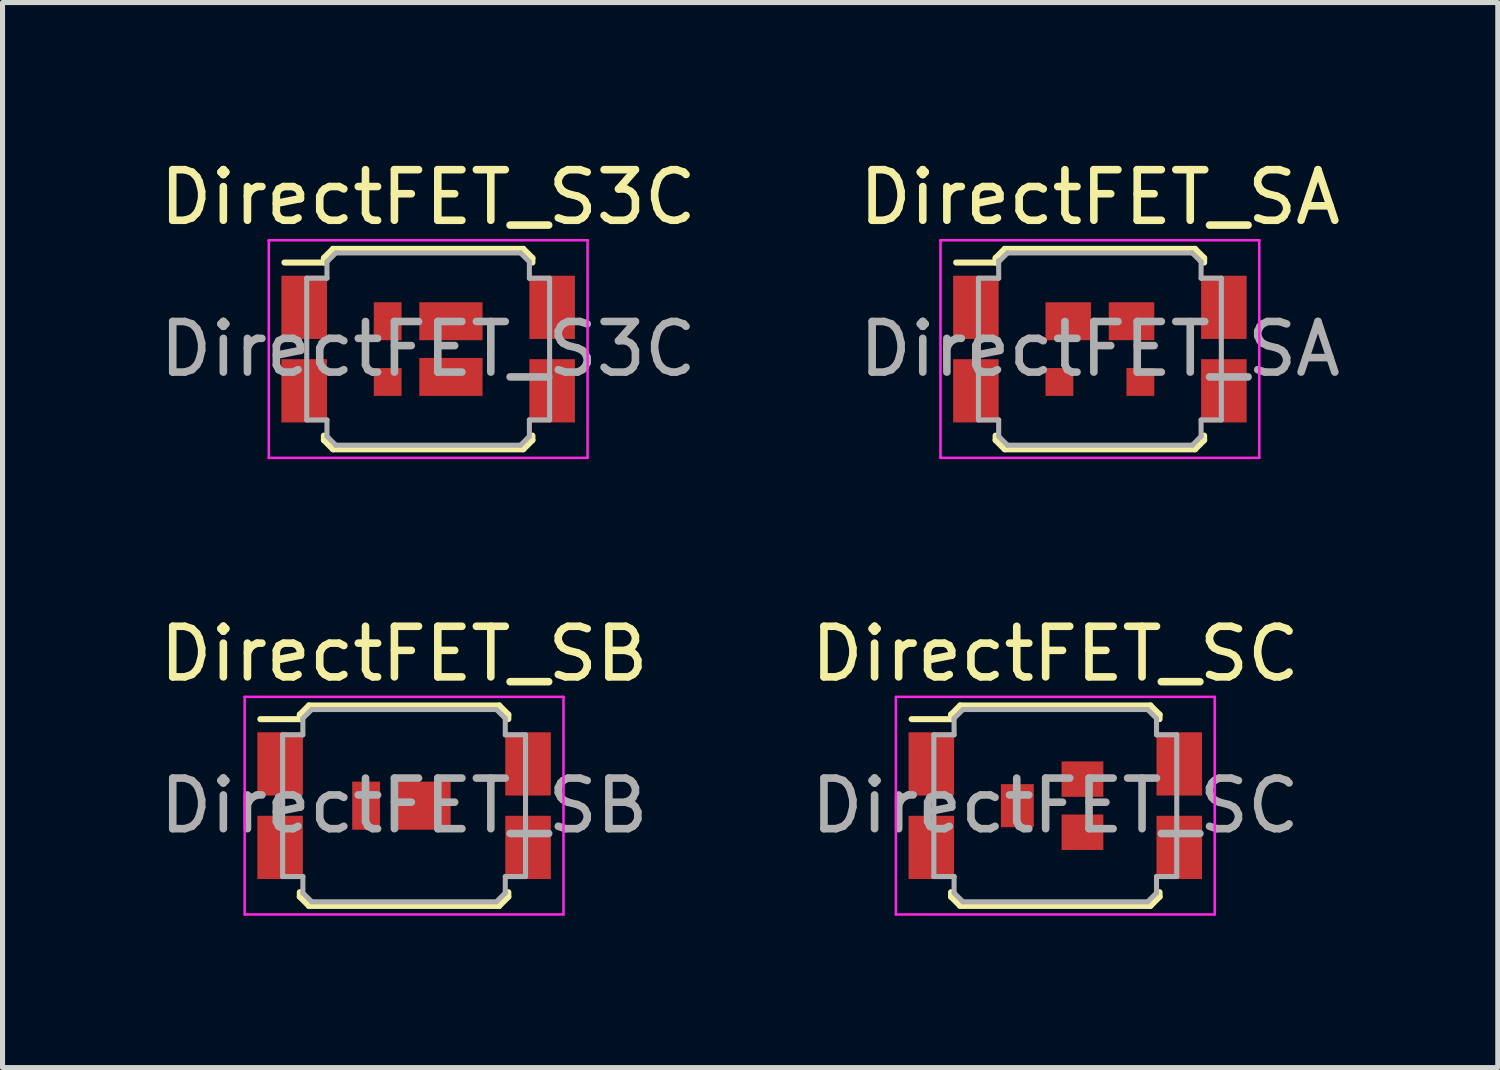
<source format=kicad_pcb>
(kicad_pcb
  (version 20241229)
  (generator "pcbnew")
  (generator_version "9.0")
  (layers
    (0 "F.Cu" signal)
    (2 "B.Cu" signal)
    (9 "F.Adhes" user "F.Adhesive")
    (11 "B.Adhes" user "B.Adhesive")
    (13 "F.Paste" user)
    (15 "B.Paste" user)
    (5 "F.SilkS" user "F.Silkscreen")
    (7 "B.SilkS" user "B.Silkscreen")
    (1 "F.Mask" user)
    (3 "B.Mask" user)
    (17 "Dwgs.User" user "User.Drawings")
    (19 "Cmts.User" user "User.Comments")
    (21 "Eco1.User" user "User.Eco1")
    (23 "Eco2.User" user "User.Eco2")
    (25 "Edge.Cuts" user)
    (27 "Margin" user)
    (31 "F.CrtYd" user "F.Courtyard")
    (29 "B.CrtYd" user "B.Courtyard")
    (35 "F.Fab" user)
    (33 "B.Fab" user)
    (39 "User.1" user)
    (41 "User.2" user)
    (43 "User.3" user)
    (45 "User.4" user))
  (footprint "DirectFET_SC"
    (layer "F.Cu")
    (at 17.804 12.871)
    (property "Reference" "DirectFET_SC" (at 0 -3 0) (layer "F.SilkS") (effects (font (size 1 1) (thickness 0.15))))
    (attr smd)
    (fp_line (start -2.84 -1.71) (end -2.06 -1.71) (stroke (width 0.12) (type solid)) (layer "F.SilkS"))
    (fp_line (start -2.06 -1.8) (end -1.88 -1.98) (stroke (width 0.12) (type solid)) (layer "F.SilkS"))
    (fp_line (start -2.06 -1.71) (end -2.06 -1.8) (stroke (width 0.12) (type solid)) (layer "F.SilkS"))
    (fp_line (start -2.06 1.71) (end -2.06 1.8) (stroke (width 0.12) (type solid)) (layer "F.SilkS"))
    (fp_line (start -2.06 1.8) (end -1.88 1.98) (stroke (width 0.12) (type solid)) (layer "F.SilkS"))
    (fp_line (start -1.88 -1.98) (end 1.88 -1.98) (stroke (width 0.12) (type solid)) (layer "F.SilkS"))
    (fp_line (start -1.88 1.98) (end 1.88 1.98) (stroke (width 0.12) (type solid)) (layer "F.SilkS"))
    (fp_line (start 2.06 -1.8) (end 1.88 -1.98) (stroke (width 0.12) (type solid)) (layer "F.SilkS"))
    (fp_line (start 2.06 -1.71) (end 2.06 -1.8) (stroke (width 0.12) (type solid)) (layer "F.SilkS"))
    (fp_line (start 2.06 1.71) (end 2.06 1.8) (stroke (width 0.12) (type solid)) (layer "F.SilkS"))
    (fp_line (start 2.06 1.8) (end 1.88 1.98) (stroke (width 0.12) (type solid)) (layer "F.SilkS"))
    (fp_line (start -3.15 -2.15) (end -3.15 2.15) (stroke (width 0.05) (type solid)) (layer "F.CrtYd"))
    (fp_line (start -3.15 -2.15) (end 3.15 -2.15) (stroke (width 0.05) (type solid)) (layer "F.CrtYd"))
    (fp_line (start -3.15 2.15) (end 3.15 2.15) (stroke (width 0.05) (type solid)) (layer "F.CrtYd"))
    (fp_line (start 3.15 -2.15) (end 3.15 2.15) (stroke (width 0.05) (type solid)) (layer "F.CrtYd"))
    (fp_line (start -2.4 -1.4) (end -2 -1.4) (stroke (width 0.1) (type solid)) (layer "F.Fab"))
    (fp_line (start -2.4 1.4) (end -2.4 -1.4) (stroke (width 0.1) (type solid)) (layer "F.Fab"))
    (fp_line (start -2.4 1.4) (end -2 1.4) (stroke (width 0.1) (type solid)) (layer "F.Fab"))
    (fp_line (start -2 -1.725) (end -1.825 -1.9) (stroke (width 0.1) (type solid)) (layer "F.Fab"))
    (fp_line (start -2 -1.4) (end -2 -1.725) (stroke (width 0.1) (type solid)) (layer "F.Fab"))
    (fp_line (start -2 1.4) (end -2 1.725) (stroke (width 0.1) (type solid)) (layer "F.Fab"))
    (fp_line (start -2 1.725) (end -1.825 1.9) (stroke (width 0.1) (type solid)) (layer "F.Fab"))
    (fp_line (start -1.825 -1.9) (end 1.825 -1.9) (stroke (width 0.1) (type solid)) (layer "F.Fab"))
    (fp_line (start -1.825 1.9) (end 1.825 1.9) (stroke (width 0.1) (type solid)) (layer "F.Fab"))
    (fp_line (start 1.825 -1.9) (end 2 -1.725) (stroke (width 0.1) (type solid)) (layer "F.Fab"))
    (fp_line (start 1.825 1.9) (end 2 1.725) (stroke (width 0.1) (type solid)) (layer "F.Fab"))
    (fp_line (start 2 -1.4) (end 2 -1.725) (stroke (width 0.1) (type solid)) (layer "F.Fab"))
    (fp_line (start 2 1.4) (end 2 1.725) (stroke (width 0.1) (type solid)) (layer "F.Fab"))
    (fp_line (start 2.4 -1.4) (end 2 -1.4) (stroke (width 0.1) (type solid)) (layer "F.Fab"))
    (fp_line (start 2.4 1.4) (end 2 1.4) (stroke (width 0.1) (type solid)) (layer "F.Fab"))
    (fp_line (start 2.4 1.4) (end 2.4 -1.4) (stroke (width 0.1) (type solid)) (layer "F.Fab"))
    (fp_text user "${REFERENCE}" (at 0 0 0) (layer "F.Fab") (effects (font (size 1 1) (thickness 0.15))))
    (pad "1" smd rect (at -2.45 -0.825) (size 0.9 1.25) (layers "F.Cu" "F.Mask" "F.Paste"))
    (pad "1" smd rect (at -2.45 0.825) (size 0.9 1.25) (layers "F.Cu" "F.Mask" "F.Paste"))
    (pad "1" smd rect (at 2.45 -0.825) (size 0.9 1.25) (layers "F.Cu" "F.Mask" "F.Paste"))
    (pad "1" smd rect (at 2.45 0.825) (size 0.9 1.25) (layers "F.Cu" "F.Mask" "F.Paste"))
    (pad "2" smd rect (at -0.75 0) (size 0.65 0.85) (layers "F.Cu" "F.Mask" "F.Paste"))
    (pad "3" smd rect (at 0.537 -0.525) (size 0.825 0.7) (layers "F.Cu" "F.Mask" "F.Paste"))
    (pad "3" smd rect (at 0.537 0.525) (size 0.825 0.7) (layers "F.Cu" "F.Mask" "F.Paste")))
  (footprint "DirectFET_SB"
    (layer "F.Cu")
    (at 4.935 12.871)
    (property "Reference" "DirectFET_SB" (at 0 -3 0) (layer "F.SilkS") (effects (font (size 1 1) (thickness 0.15))))
    (attr smd)
    (fp_line (start -2.84 -1.71) (end -2.06 -1.71) (stroke (width 0.12) (type solid)) (layer "F.SilkS"))
    (fp_line (start -2.06 -1.8) (end -1.88 -1.98) (stroke (width 0.12) (type solid)) (layer "F.SilkS"))
    (fp_line (start -2.06 -1.71) (end -2.06 -1.8) (stroke (width 0.12) (type solid)) (layer "F.SilkS"))
    (fp_line (start -2.06 1.71) (end -2.06 1.8) (stroke (width 0.12) (type solid)) (layer "F.SilkS"))
    (fp_line (start -2.06 1.8) (end -1.88 1.98) (stroke (width 0.12) (type solid)) (layer "F.SilkS"))
    (fp_line (start -1.88 -1.98) (end 1.88 -1.98) (stroke (width 0.12) (type solid)) (layer "F.SilkS"))
    (fp_line (start -1.88 1.98) (end 1.88 1.98) (stroke (width 0.12) (type solid)) (layer "F.SilkS"))
    (fp_line (start 2.06 -1.8) (end 1.88 -1.98) (stroke (width 0.12) (type solid)) (layer "F.SilkS"))
    (fp_line (start 2.06 -1.71) (end 2.06 -1.8) (stroke (width 0.12) (type solid)) (layer "F.SilkS"))
    (fp_line (start 2.06 1.71) (end 2.06 1.8) (stroke (width 0.12) (type solid)) (layer "F.SilkS"))
    (fp_line (start 2.06 1.8) (end 1.88 1.98) (stroke (width 0.12) (type solid)) (layer "F.SilkS"))
    (fp_line (start -3.15 -2.15) (end -3.15 2.15) (stroke (width 0.05) (type solid)) (layer "F.CrtYd"))
    (fp_line (start -3.15 -2.15) (end 3.15 -2.15) (stroke (width 0.05) (type solid)) (layer "F.CrtYd"))
    (fp_line (start -3.15 2.15) (end 3.15 2.15) (stroke (width 0.05) (type solid)) (layer "F.CrtYd"))
    (fp_line (start 3.15 -2.15) (end 3.15 2.15) (stroke (width 0.05) (type solid)) (layer "F.CrtYd"))
    (fp_line (start -2.4 -1.4) (end -2 -1.4) (stroke (width 0.1) (type solid)) (layer "F.Fab"))
    (fp_line (start -2.4 1.4) (end -2.4 -1.4) (stroke (width 0.1) (type solid)) (layer "F.Fab"))
    (fp_line (start -2.4 1.4) (end -2 1.4) (stroke (width 0.1) (type solid)) (layer "F.Fab"))
    (fp_line (start -2 -1.725) (end -1.825 -1.9) (stroke (width 0.1) (type solid)) (layer "F.Fab"))
    (fp_line (start -2 -1.4) (end -2 -1.725) (stroke (width 0.1) (type solid)) (layer "F.Fab"))
    (fp_line (start -2 1.4) (end -2 1.725) (stroke (width 0.1) (type solid)) (layer "F.Fab"))
    (fp_line (start -2 1.725) (end -1.825 1.9) (stroke (width 0.1) (type solid)) (layer "F.Fab"))
    (fp_line (start -1.825 -1.9) (end 1.825 -1.9) (stroke (width 0.1) (type solid)) (layer "F.Fab"))
    (fp_line (start -1.825 1.9) (end 1.825 1.9) (stroke (width 0.1) (type solid)) (layer "F.Fab"))
    (fp_line (start 1.825 -1.9) (end 2 -1.725) (stroke (width 0.1) (type solid)) (layer "F.Fab"))
    (fp_line (start 1.825 1.9) (end 2 1.725) (stroke (width 0.1) (type solid)) (layer "F.Fab"))
    (fp_line (start 2 -1.4) (end 2 -1.725) (stroke (width 0.1) (type solid)) (layer "F.Fab"))
    (fp_line (start 2 1.4) (end 2 1.725) (stroke (width 0.1) (type solid)) (layer "F.Fab"))
    (fp_line (start 2.4 -1.4) (end 2 -1.4) (stroke (width 0.1) (type solid)) (layer "F.Fab"))
    (fp_line (start 2.4 1.4) (end 2 1.4) (stroke (width 0.1) (type solid)) (layer "F.Fab"))
    (fp_line (start 2.4 1.4) (end 2.4 -1.4) (stroke (width 0.1) (type solid)) (layer "F.Fab"))
    (fp_text user "${REFERENCE}" (at 0 0 0) (layer "F.Fab") (effects (font (size 1 1) (thickness 0.15))))
    (pad "1" smd rect (at -2.45 -0.825) (size 0.9 1.25) (layers "F.Cu" "F.Mask" "F.Paste"))
    (pad "1" smd rect (at -2.45 0.825) (size 0.9 1.25) (layers "F.Cu" "F.Mask" "F.Paste"))
    (pad "1" smd rect (at 2.45 -0.825) (size 0.9 1.25) (layers "F.Cu" "F.Mask" "F.Paste"))
    (pad "1" smd rect (at 2.45 0.825) (size 0.9 1.25) (layers "F.Cu" "F.Mask" "F.Paste"))
    (pad "2" smd rect (at -0.75 0) (size 0.55 0.95) (layers "F.Cu" "F.Mask" "F.Paste"))
    (pad "3" smd rect (at 0.395 0) (size 1.05 0.95) (layers "F.Cu" "F.Mask" "F.Paste")))
  (footprint "DirectFET_SA"
    (layer "F.Cu")
    (at 18.685 3.848)
    (property "Reference" "DirectFET_SA" (at 0 -3 0) (layer "F.SilkS") (effects (font (size 1 1) (thickness 0.15))))
    (attr smd)
    (fp_line (start -2.84 -1.71) (end -2.06 -1.71) (stroke (width 0.12) (type solid)) (layer "F.SilkS"))
    (fp_line (start -2.06 -1.8) (end -1.88 -1.98) (stroke (width 0.12) (type solid)) (layer "F.SilkS"))
    (fp_line (start -2.06 -1.71) (end -2.06 -1.8) (stroke (width 0.12) (type solid)) (layer "F.SilkS"))
    (fp_line (start -2.06 1.71) (end -2.06 1.8) (stroke (width 0.12) (type solid)) (layer "F.SilkS"))
    (fp_line (start -2.06 1.8) (end -1.88 1.98) (stroke (width 0.12) (type solid)) (layer "F.SilkS"))
    (fp_line (start -1.88 -1.98) (end 1.88 -1.98) (stroke (width 0.12) (type solid)) (layer "F.SilkS"))
    (fp_line (start -1.88 1.98) (end 1.88 1.98) (stroke (width 0.12) (type solid)) (layer "F.SilkS"))
    (fp_line (start 2.06 -1.8) (end 1.88 -1.98) (stroke (width 0.12) (type solid)) (layer "F.SilkS"))
    (fp_line (start 2.06 -1.71) (end 2.06 -1.8) (stroke (width 0.12) (type solid)) (layer "F.SilkS"))
    (fp_line (start 2.06 1.71) (end 2.06 1.8) (stroke (width 0.12) (type solid)) (layer "F.SilkS"))
    (fp_line (start 2.06 1.8) (end 1.88 1.98) (stroke (width 0.12) (type solid)) (layer "F.SilkS"))
    (fp_line (start -3.15 -2.15) (end -3.15 2.15) (stroke (width 0.05) (type solid)) (layer "F.CrtYd"))
    (fp_line (start -3.15 -2.15) (end 3.15 -2.15) (stroke (width 0.05) (type solid)) (layer "F.CrtYd"))
    (fp_line (start -3.15 2.15) (end 3.15 2.15) (stroke (width 0.05) (type solid)) (layer "F.CrtYd"))
    (fp_line (start 3.15 -2.15) (end 3.15 2.15) (stroke (width 0.05) (type solid)) (layer "F.CrtYd"))
    (fp_line (start -2.4 -1.4) (end -2 -1.4) (stroke (width 0.1) (type solid)) (layer "F.Fab"))
    (fp_line (start -2.4 1.4) (end -2.4 -1.4) (stroke (width 0.1) (type solid)) (layer "F.Fab"))
    (fp_line (start -2.4 1.4) (end -2 1.4) (stroke (width 0.1) (type solid)) (layer "F.Fab"))
    (fp_line (start -2 -1.725) (end -1.825 -1.9) (stroke (width 0.1) (type solid)) (layer "F.Fab"))
    (fp_line (start -2 -1.4) (end -2 -1.75) (stroke (width 0.1) (type solid)) (layer "F.Fab"))
    (fp_line (start -2 1.4) (end -2 1.725) (stroke (width 0.1) (type solid)) (layer "F.Fab"))
    (fp_line (start -2 1.725) (end -1.825 1.9) (stroke (width 0.1) (type solid)) (layer "F.Fab"))
    (fp_line (start -1.825 -1.9) (end 1.825 -1.9) (stroke (width 0.1) (type solid)) (layer "F.Fab"))
    (fp_line (start -1.825 1.9) (end 1.825 1.9) (stroke (width 0.1) (type solid)) (layer "F.Fab"))
    (fp_line (start 1.825 -1.9) (end 2 -1.725) (stroke (width 0.1) (type solid)) (layer "F.Fab"))
    (fp_line (start 1.825 1.9) (end 2 1.725) (stroke (width 0.1) (type solid)) (layer "F.Fab"))
    (fp_line (start 2 -1.4) (end 2 -1.725) (stroke (width 0.1) (type solid)) (layer "F.Fab"))
    (fp_line (start 2 1.4) (end 2 1.725) (stroke (width 0.1) (type solid)) (layer "F.Fab"))
    (fp_line (start 2.4 -1.4) (end 2 -1.4) (stroke (width 0.1) (type solid)) (layer "F.Fab"))
    (fp_line (start 2.4 1.4) (end 2 1.4) (stroke (width 0.1) (type solid)) (layer "F.Fab"))
    (fp_line (start 2.4 1.4) (end 2.4 -1.4) (stroke (width 0.1) (type solid)) (layer "F.Fab"))
    (fp_text user "${REFERENCE}" (at 0 0 0) (layer "F.Fab") (effects (font (size 1 1) (thickness 0.15))))
    (pad "1" smd rect (at -2.45 -0.825) (size 0.9 1.25) (layers "F.Cu" "F.Mask" "F.Paste"))
    (pad "1" smd rect (at -2.45 0.825) (size 0.9 1.25) (layers "F.Cu" "F.Mask" "F.Paste"))
    (pad "1" smd rect (at 2.45 -0.825) (size 0.9 1.25) (layers "F.Cu" "F.Mask" "F.Paste"))
    (pad "1" smd rect (at 2.45 0.825) (size 0.9 1.25) (layers "F.Cu" "F.Mask" "F.Paste"))
    (pad "2" smd rect (at -0.8 0.65) (size 0.55 0.55) (layers "F.Cu" "F.Mask" "F.Paste"))
    (pad "2" smd rect (at 0.8 0.65) (size 0.55 0.55) (layers "F.Cu" "F.Mask" "F.Paste"))
    (pad "3" smd rect (at -0.625 -0.55) (size 0.9 0.75) (layers "F.Cu" "F.Mask" "F.Paste"))
    (pad "3" smd rect (at 0.625 -0.55) (size 0.9 0.75) (layers "F.Cu" "F.Mask" "F.Paste")))
  (footprint "DirectFET_S3C"
    (layer "F.Cu")
    (at 5.411 3.848)
    (property "Reference" "DirectFET_S3C" (at 0 -3 0) (layer "F.SilkS") (effects (font (size 1 1) (thickness 0.15))))
    (attr smd)
    (fp_line (start -2.84 -1.71) (end -2.06 -1.71) (stroke (width 0.12) (type solid)) (layer "F.SilkS"))
    (fp_line (start -2.06 -1.8) (end -1.88 -1.98) (stroke (width 0.12) (type solid)) (layer "F.SilkS"))
    (fp_line (start -2.06 -1.71) (end -2.06 -1.8) (stroke (width 0.12) (type solid)) (layer "F.SilkS"))
    (fp_line (start -2.06 1.71) (end -2.06 1.8) (stroke (width 0.12) (type solid)) (layer "F.SilkS"))
    (fp_line (start -2.06 1.8) (end -1.88 1.98) (stroke (width 0.12) (type solid)) (layer "F.SilkS"))
    (fp_line (start -1.88 -1.98) (end 1.88 -1.98) (stroke (width 0.12) (type solid)) (layer "F.SilkS"))
    (fp_line (start -1.88 1.98) (end 1.88 1.98) (stroke (width 0.12) (type solid)) (layer "F.SilkS"))
    (fp_line (start 2.06 -1.8) (end 1.88 -1.98) (stroke (width 0.12) (type solid)) (layer "F.SilkS"))
    (fp_line (start 2.06 -1.71) (end 2.06 -1.8) (stroke (width 0.12) (type solid)) (layer "F.SilkS"))
    (fp_line (start 2.06 1.71) (end 2.06 1.8) (stroke (width 0.12) (type solid)) (layer "F.SilkS"))
    (fp_line (start 2.06 1.8) (end 1.88 1.98) (stroke (width 0.12) (type solid)) (layer "F.SilkS"))
    (fp_line (start -3.15 -2.15) (end -3.15 2.15) (stroke (width 0.05) (type solid)) (layer "F.CrtYd"))
    (fp_line (start -3.15 -2.15) (end 3.15 -2.15) (stroke (width 0.05) (type solid)) (layer "F.CrtYd"))
    (fp_line (start -3.15 2.15) (end 3.15 2.15) (stroke (width 0.05) (type solid)) (layer "F.CrtYd"))
    (fp_line (start 3.15 -2.15) (end 3.15 2.15) (stroke (width 0.05) (type solid)) (layer "F.CrtYd"))
    (fp_line (start -2.4 -1.4) (end -2 -1.4) (stroke (width 0.1) (type solid)) (layer "F.Fab"))
    (fp_line (start -2.4 1.4) (end -2.4 -1.4) (stroke (width 0.1) (type solid)) (layer "F.Fab"))
    (fp_line (start -2.4 1.4) (end -2 1.4) (stroke (width 0.1) (type solid)) (layer "F.Fab"))
    (fp_line (start -2 -1.725) (end -1.825 -1.9) (stroke (width 0.1) (type solid)) (layer "F.Fab"))
    (fp_line (start -2 -1.4) (end -2 -1.725) (stroke (width 0.1) (type solid)) (layer "F.Fab"))
    (fp_line (start -2 1.4) (end -2 1.725) (stroke (width 0.1) (type solid)) (layer "F.Fab"))
    (fp_line (start -2 1.725) (end -1.825 1.9) (stroke (width 0.1) (type solid)) (layer "F.Fab"))
    (fp_line (start -1.825 -1.9) (end 1.825 -1.9) (stroke (width 0.1) (type solid)) (layer "F.Fab"))
    (fp_line (start -1.825 1.9) (end 1.825 1.9) (stroke (width 0.1) (type solid)) (layer "F.Fab"))
    (fp_line (start 1.825 -1.9) (end 2 -1.725) (stroke (width 0.1) (type solid)) (layer "F.Fab"))
    (fp_line (start 1.825 1.9) (end 2 1.725) (stroke (width 0.1) (type solid)) (layer "F.Fab"))
    (fp_line (start 2 -1.4) (end 2 -1.725) (stroke (width 0.1) (type solid)) (layer "F.Fab"))
    (fp_line (start 2 1.4) (end 2 1.725) (stroke (width 0.1) (type solid)) (layer "F.Fab"))
    (fp_line (start 2.4 -1.4) (end 2 -1.4) (stroke (width 0.1) (type solid)) (layer "F.Fab"))
    (fp_line (start 2.4 1.4) (end 2 1.4) (stroke (width 0.1) (type solid)) (layer "F.Fab"))
    (fp_line (start 2.4 1.4) (end 2.4 -1.4) (stroke (width 0.1) (type solid)) (layer "F.Fab"))
    (fp_text user "${REFERENCE}" (at 0 0 0) (layer "F.Fab") (effects (font (size 1 1) (thickness 0.15))))
    (pad "1" smd rect (at -2.45 -0.825) (size 0.9 1.25) (layers "F.Cu" "F.Mask" "F.Paste"))
    (pad "1" smd rect (at -2.45 0.825) (size 0.9 1.25) (layers "F.Cu" "F.Mask" "F.Paste"))
    (pad "1" smd rect (at 2.45 -0.825) (size 0.9 1.25) (layers "F.Cu" "F.Mask" "F.Paste"))
    (pad "1" smd rect (at 2.45 0.825) (size 0.9 1.25) (layers "F.Cu" "F.Mask" "F.Paste"))
    (pad "2" smd rect (at -0.8 0.65) (size 0.55 0.55) (layers "F.Cu" "F.Mask" "F.Paste"))
    (pad "3" smd rect (at -0.8 -0.55) (size 0.55 0.75) (layers "F.Cu" "F.Mask" "F.Paste"))
    (pad "3" smd rect (at 0.45 -0.55) (size 1.25 0.75) (layers "F.Cu" "F.Mask" "F.Paste"))
    (pad "3" smd rect (at 0.45 0.55) (size 1.25 0.75) (layers "F.Cu" "F.Mask" "F.Paste")))
  (gr_rect
    (start -3 -3)
    (end 26.548 18.047)
    (stroke (width 0.1) (type default))
    (fill no)
    (layer "Edge.Cuts")))
</source>
